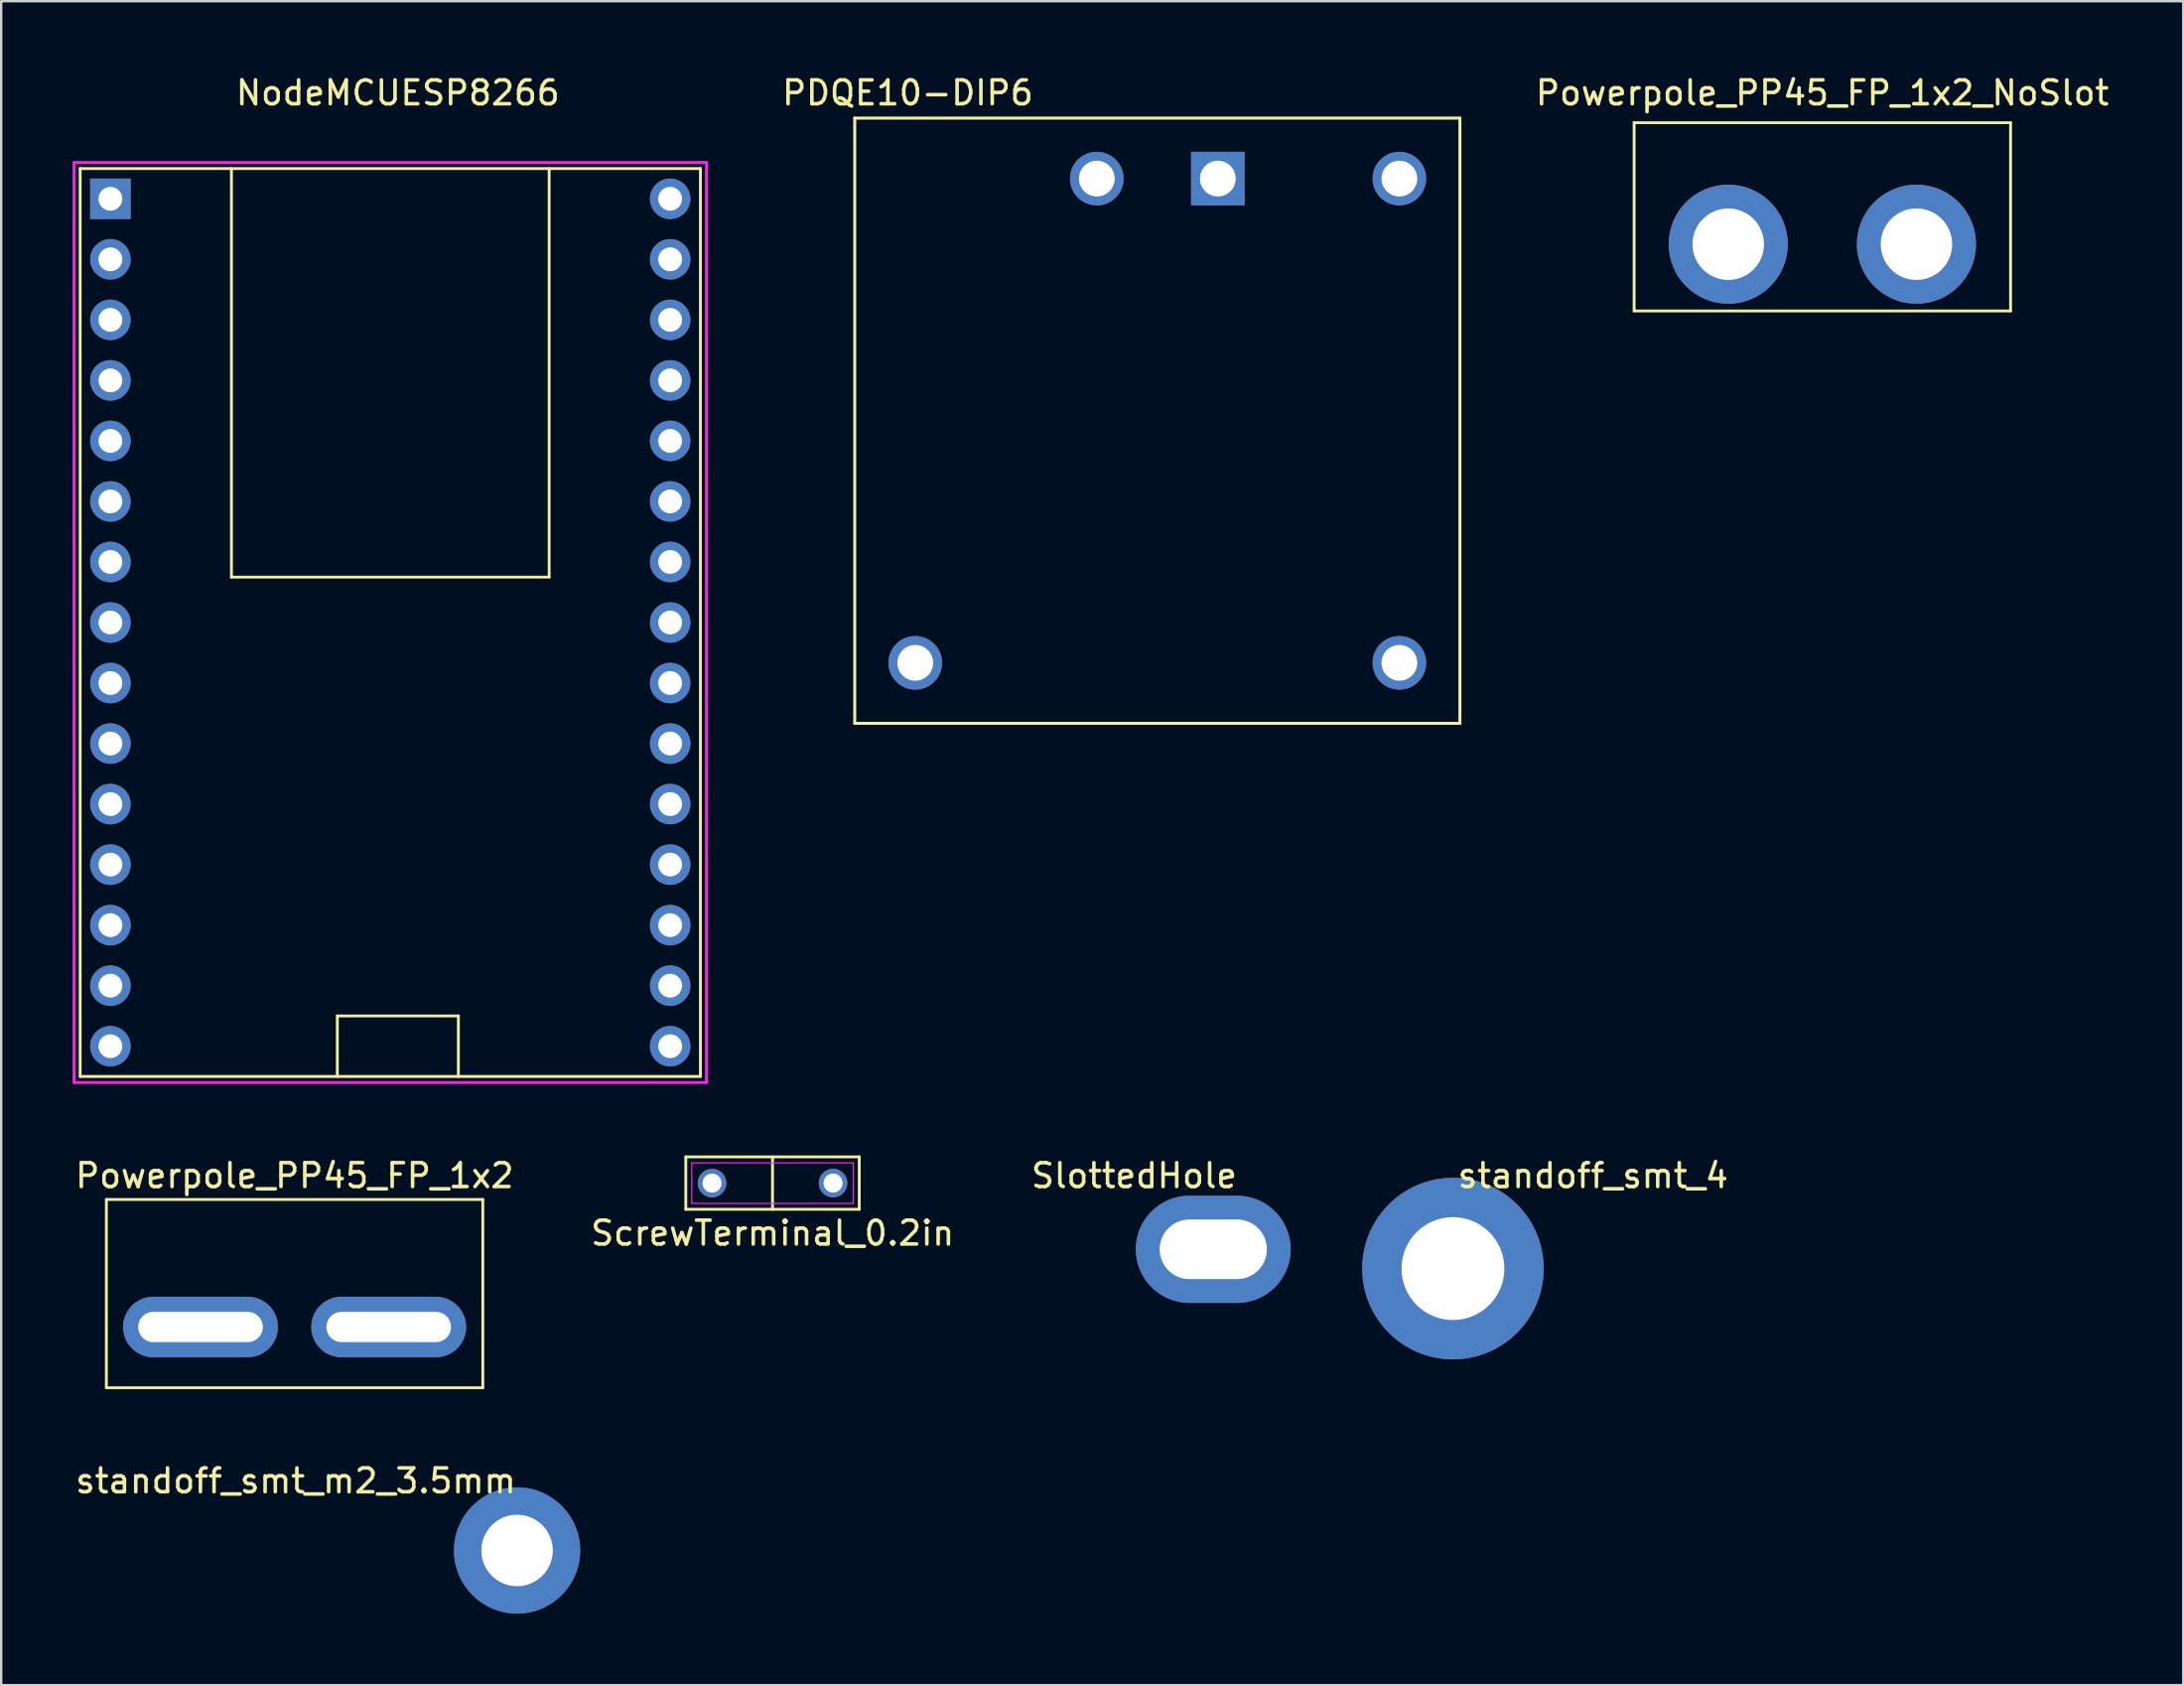
<source format=kicad_pcb>
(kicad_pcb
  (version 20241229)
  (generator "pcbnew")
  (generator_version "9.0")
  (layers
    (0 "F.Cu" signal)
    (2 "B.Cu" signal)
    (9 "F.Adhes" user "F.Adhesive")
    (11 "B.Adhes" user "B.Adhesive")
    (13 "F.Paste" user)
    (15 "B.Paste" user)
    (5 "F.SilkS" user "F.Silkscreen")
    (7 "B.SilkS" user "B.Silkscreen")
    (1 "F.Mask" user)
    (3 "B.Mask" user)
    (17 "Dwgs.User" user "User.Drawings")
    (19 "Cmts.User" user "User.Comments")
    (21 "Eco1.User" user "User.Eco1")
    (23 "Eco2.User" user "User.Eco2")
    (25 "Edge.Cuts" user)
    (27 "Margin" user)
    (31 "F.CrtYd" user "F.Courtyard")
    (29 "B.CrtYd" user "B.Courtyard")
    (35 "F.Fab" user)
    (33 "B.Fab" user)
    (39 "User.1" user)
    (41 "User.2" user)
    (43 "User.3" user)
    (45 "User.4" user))
  (footprint "SlottedHole"
    (layer "F.Cu")
    (at 47.874 49.376)
    (property "Reference" "SlottedHole" (at -3.32 -3.09 0) (layer "F.SilkS") (effects (font (size 1 1) (thickness 0.15))))
    (attr through_hole)
    (pad "1" thru_hole oval (at 0 0 90) (size 4.5 6.5) (drill oval 2.5 4.5) (layers "*.Cu" "*.Mask")))
  (footprint "Powerpole_PP45_FP_1x2"
    (layer "F.Cu")
    (at 9.315 52.636)
    (property "Reference" "Powerpole_PP45_FP_1x2" (at 0 -6.35 0) (layer "F.SilkS") (effects (font (size 1 1) (thickness 0.15))))
    (attr through_hole)
    (fp_line (start -7.9 -5.35) (end 7.9 -5.35) (stroke (width 0.12) (type solid)) (layer "F.SilkS"))
    (fp_line (start -7.9 2.55) (end -7.9 -5.35) (stroke (width 0.12) (type solid)) (layer "F.SilkS"))
    (fp_line (start -7.9 2.55) (end 7.9 2.55) (stroke (width 0.12) (type solid)) (layer "F.SilkS"))
    (fp_line (start 7.9 2.55) (end 7.9 -5.35) (stroke (width 0.12) (type solid)) (layer "F.SilkS"))
    (pad "1" thru_hole oval (at -3.95 0) (size 6.5 2.54) (drill oval 5.23 1.27) (layers "*.Cu" "*.Mask"))
    (pad "2" thru_hole oval (at 3.95 0) (size 6.5 2.54) (drill oval 5.23 1.27) (layers "*.Cu" "*.Mask")))
  (footprint "standoff_smt_m2_3.5mm"
    (layer "F.Cu")
    (at 18.553 61.944)
    (property "Reference" "standoff_smt_m2_3.5mm" (at -9.19 -2.85 0) (layer "F.SilkS") (effects (font (size 1 1) (thickness 0.15))))
    (attr through_hole)
    (pad "1" thru_hole circle (at 0.1 0.07) (size 5.3 5.3) (drill 3) (layers "*.Cu" "*.Mask")))
  (footprint "standoff_smt_4"
    (layer "F.Cu")
    (at 57.934 50.185)
    (property "Reference" "standoff_smt_4" (at 5.88 -3.9 0) (layer "F.SilkS") (effects (font (size 1 1) (thickness 0.15))))
    (attr through_hole)
    (pad "1" thru_hole circle (at 0 0) (size 7.62 7.62) (drill 4.318) (layers "*.Cu" "*.Mask")))
  (footprint "ScrewTerminal_0.2in"
    (layer "F.Cu")
    (at 29.375 46.597)
    (property "Reference" "ScrewTerminal_0.2in" (at 0 2.1 0) (layer "F.SilkS") (effects (font (size 1 1) (thickness 0.15))))
    (attr through_hole)
    (fp_line (start -3.64 -1.1) (end 3.64 -1.1) (stroke (width 0.12) (type solid)) (layer "F.SilkS"))
    (fp_line (start -3.64 1.1) (end -3.64 -1.1) (stroke (width 0.12) (type solid)) (layer "F.SilkS"))
    (fp_line (start 0 -1.1) (end 0 1.1) (stroke (width 0.12) (type solid)) (layer "F.SilkS"))
    (fp_line (start 3.64 -1.1) (end 3.64 1.1) (stroke (width 0.12) (type solid)) (layer "F.SilkS"))
    (fp_line (start 3.64 1.1) (end -3.64 1.1) (stroke (width 0.12) (type solid)) (layer "F.SilkS"))
    (fp_line (start -3.39 -0.85) (end 3.39 -0.85) (stroke (width 0.05) (type solid)) (layer "F.CrtYd"))
    (fp_line (start -3.39 0.85) (end -3.39 -0.85) (stroke (width 0.05) (type solid)) (layer "F.CrtYd"))
    (fp_line (start 3.39 -0.85) (end 3.39 0.85) (stroke (width 0.05) (type solid)) (layer "F.CrtYd"))
    (fp_line (start 3.39 0.85) (end -3.39 0.85) (stroke (width 0.05) (type solid)) (layer "F.CrtYd"))
    (pad "1" thru_hole circle (at -2.54 0) (size 1.2 1.2) (drill 0.8) (layers "*.Cu" "*.Mask"))
    (pad "2" thru_hole circle (at 2.54 0) (size 1.2 1.2) (drill 0.8) (layers "*.Cu" "*.Mask")))
  (footprint "PDQE10-DIP6"
    (layer "F.Cu")
    (at 45.526 14.605)
    (property "Reference" "PDQE10-DIP6" (at -10.476 -13.757 0) (layer "F.SilkS") (effects (font (size 1 1) (thickness 0.15))))
    (attr through_hole)
    (fp_line (start -12.7 -12.7) (end 12.7 -12.7) (stroke (width 0.127) (type solid)) (layer "F.SilkS"))
    (fp_line (start -12.7 12.7) (end -12.7 -12.7) (stroke (width 0.127) (type solid)) (layer "F.SilkS"))
    (fp_line (start 12.7 -12.7) (end 12.7 12.7) (stroke (width 0.127) (type solid)) (layer "F.SilkS"))
    (fp_line (start 12.7 12.7) (end -12.7 12.7) (stroke (width 0.127) (type solid)) (layer "F.SilkS"))
    (fp_line (start -12.7 -12.7) (end 12.7 -12.7) (stroke (width 0.127) (type solid)) (layer "Eco2.User"))
    (fp_line (start -12.7 12.7) (end -12.7 -12.7) (stroke (width 0.127) (type solid)) (layer "Eco2.User"))
    (fp_line (start 12.7 -12.7) (end 12.7 12.7) (stroke (width 0.127) (type solid)) (layer "Eco2.User"))
    (fp_line (start 12.7 12.7) (end -12.7 12.7) (stroke (width 0.127) (type solid)) (layer "Eco2.User"))
    (pad "1" thru_hole rect (at 2.54 -10.16) (size 2.25 2.25) (drill 1.5) (layers "*.Cu" "*.Mask"))
    (pad "2" thru_hole circle (at -2.54 -10.16) (size 2.25 2.25) (drill 1.5) (layers "*.Cu" "*.Mask"))
    (pad "3" thru_hole circle (at -10.16 10.16) (size 2.25 2.25) (drill 1.5) (layers "*.Cu" "*.Mask"))
    (pad "5" thru_hole circle (at 10.16 10.16) (size 2.25 2.25) (drill 1.5) (layers "*.Cu" "*.Mask"))
    (pad "6" thru_hole circle (at 10.16 -10.16) (size 2.25 2.25) (drill 1.5) (layers "*.Cu" "*.Mask")))
  (footprint "NodeMCUESP8266"
    (layer "F.Cu")
    (at 1.584 5.293)
    (property "Reference" "NodeMCUESP8266" (at 12.065 -4.445 0) (layer "F.SilkS") (effects (font (size 1 1) (thickness 0.15))))
    (attr through_hole)
    (fp_line (start -1.27 -1.27) (end -1.27 36.83) (stroke (width 0.12) (type solid)) (layer "F.SilkS"))
    (fp_line (start -1.27 36.83) (end 24.765 36.83) (stroke (width 0.12) (type solid)) (layer "F.SilkS"))
    (fp_line (start 5.08 -1.27) (end 5.08 15.875) (stroke (width 0.12) (type solid)) (layer "F.SilkS"))
    (fp_line (start 5.08 15.875) (end 18.415 15.875) (stroke (width 0.12) (type solid)) (layer "F.SilkS"))
    (fp_line (start 9.525 34.29) (end 14.605 34.29) (stroke (width 0.12) (type solid)) (layer "F.SilkS"))
    (fp_line (start 9.525 36.83) (end 9.525 34.29) (stroke (width 0.12) (type solid)) (layer "F.SilkS"))
    (fp_line (start 14.605 34.29) (end 14.605 36.83) (stroke (width 0.12) (type solid)) (layer "F.SilkS"))
    (fp_line (start 18.415 15.875) (end 18.415 -1.27) (stroke (width 0.12) (type solid)) (layer "F.SilkS"))
    (fp_line (start 24.765 -1.27) (end -1.27 -1.27) (stroke (width 0.12) (type solid)) (layer "F.SilkS"))
    (fp_line (start 24.765 36.83) (end 24.765 -1.27) (stroke (width 0.12) (type solid)) (layer "F.SilkS"))
    (fp_line (start -1.524 -1.524) (end -1.524 37.084) (stroke (width 0.12) (type solid)) (layer "F.CrtYd"))
    (fp_line (start -1.524 -1.524) (end 25.019 -1.524) (stroke (width 0.12) (type solid)) (layer "F.CrtYd"))
    (fp_line (start 25.019 -1.524) (end 25.019 37.084) (stroke (width 0.12) (type solid)) (layer "F.CrtYd"))
    (fp_line (start 25.019 37.084) (end -1.524 37.084) (stroke (width 0.12) (type solid)) (layer "F.CrtYd"))
    (pad "1" thru_hole rect (at 0 0) (size 1.7 1.7) (drill 1) (layers "*.Cu" "*.Mask"))
    (pad "2" thru_hole oval (at 0 2.54) (size 1.7 1.7) (drill 1) (layers "*.Cu" "*.Mask"))
    (pad "3" thru_hole oval (at 0 5.08) (size 1.7 1.7) (drill 1) (layers "*.Cu" "*.Mask"))
    (pad "4" thru_hole oval (at 0 7.62) (size 1.7 1.7) (drill 1) (layers "*.Cu" "*.Mask"))
    (pad "5" thru_hole oval (at 0 10.16) (size 1.7 1.7) (drill 1) (layers "*.Cu" "*.Mask"))
    (pad "6" thru_hole oval (at 0 12.7) (size 1.7 1.7) (drill 1) (layers "*.Cu" "*.Mask"))
    (pad "7" thru_hole oval (at 0 15.24) (size 1.7 1.7) (drill 1) (layers "*.Cu" "*.Mask"))
    (pad "8" thru_hole oval (at 0 17.78) (size 1.7 1.7) (drill 1) (layers "*.Cu" "*.Mask"))
    (pad "9" thru_hole oval (at 0 20.32) (size 1.7 1.7) (drill 1) (layers "*.Cu" "*.Mask"))
    (pad "10" thru_hole oval (at 0 22.86) (size 1.7 1.7) (drill 1) (layers "*.Cu" "*.Mask"))
    (pad "11" thru_hole oval (at 0 25.4) (size 1.7 1.7) (drill 1) (layers "*.Cu" "*.Mask"))
    (pad "12" thru_hole oval (at 0 27.94) (size 1.7 1.7) (drill 1) (layers "*.Cu" "*.Mask"))
    (pad "13" thru_hole oval (at 0 30.48) (size 1.7 1.7) (drill 1) (layers "*.Cu" "*.Mask"))
    (pad "14" thru_hole oval (at 0 33.02) (size 1.7 1.7) (drill 1) (layers "*.Cu" "*.Mask"))
    (pad "15" thru_hole oval (at 0 35.56) (size 1.7 1.7) (drill 1) (layers "*.Cu" "*.Mask"))
    (pad "16" thru_hole oval (at 23.495 35.56 180) (size 1.7 1.7) (drill 1) (layers "*.Cu" "*.Mask"))
    (pad "17" thru_hole oval (at 23.495 33.02 180) (size 1.7 1.7) (drill 1) (layers "*.Cu" "*.Mask"))
    (pad "18" thru_hole oval (at 23.495 30.48 180) (size 1.7 1.7) (drill 1) (layers "*.Cu" "*.Mask"))
    (pad "19" thru_hole oval (at 23.495 27.94 180) (size 1.7 1.7) (drill 1) (layers "*.Cu" "*.Mask"))
    (pad "20" thru_hole oval (at 23.495 25.4 180) (size 1.7 1.7) (drill 1) (layers "*.Cu" "*.Mask"))
    (pad "21" thru_hole oval (at 23.495 22.86 180) (size 1.7 1.7) (drill 1) (layers "*.Cu" "*.Mask"))
    (pad "22" thru_hole oval (at 23.495 20.32 180) (size 1.7 1.7) (drill 1) (layers "*.Cu" "*.Mask"))
    (pad "23" thru_hole oval (at 23.495 17.78 180) (size 1.7 1.7) (drill 1) (layers "*.Cu" "*.Mask"))
    (pad "24" thru_hole oval (at 23.495 15.24 180) (size 1.7 1.7) (drill 1) (layers "*.Cu" "*.Mask"))
    (pad "25" thru_hole oval (at 23.495 12.7 180) (size 1.7 1.7) (drill 1) (layers "*.Cu" "*.Mask"))
    (pad "26" thru_hole oval (at 23.495 10.16 180) (size 1.7 1.7) (drill 1) (layers "*.Cu" "*.Mask"))
    (pad "27" thru_hole oval (at 23.495 7.62 180) (size 1.7 1.7) (drill 1) (layers "*.Cu" "*.Mask"))
    (pad "28" thru_hole oval (at 23.495 5.08 180) (size 1.7 1.7) (drill 1) (layers "*.Cu" "*.Mask"))
    (pad "29" thru_hole oval (at 23.495 2.54 180) (size 1.7 1.7) (drill 1) (layers "*.Cu" "*.Mask"))
    (pad "30" thru_hole oval (at 23.495 0 180) (size 1.7 1.7) (drill 1) (layers "*.Cu" "*.Mask")))
  (footprint "Powerpole_PP45_FP_1x2_NoSlot"
    (layer "F.Cu")
    (at 73.439 7.198)
    (property "Reference" "Powerpole_PP45_FP_1x2_NoSlot" (at 0 -6.35 0) (layer "F.SilkS") (effects (font (size 1 1) (thickness 0.15))))
    (attr through_hole)
    (fp_line (start -7.9 -5.1) (end 7.9 -5.1) (stroke (width 0.12) (type solid)) (layer "F.SilkS"))
    (fp_line (start -7.9 2.8) (end -7.9 -5.1) (stroke (width 0.12) (type solid)) (layer "F.SilkS"))
    (fp_line (start -7.9 2.8) (end 7.9 2.8) (stroke (width 0.12) (type solid)) (layer "F.SilkS"))
    (fp_line (start 7.9 2.8) (end 7.9 -5.1) (stroke (width 0.12) (type solid)) (layer "F.SilkS"))
    (pad "1" thru_hole circle (at -3.95 0) (size 5 5) (drill 3) (layers "*.Cu" "*.Mask"))
    (pad "2" thru_hole circle (at 3.95 0) (size 5 5) (drill 3) (layers "*.Cu" "*.Mask")))
  (gr_rect
    (start -3 -3)
    (end 88.588 67.664)
    (stroke (width 0.1) (type default))
    (fill no)
    (layer "Edge.Cuts")))
</source>
